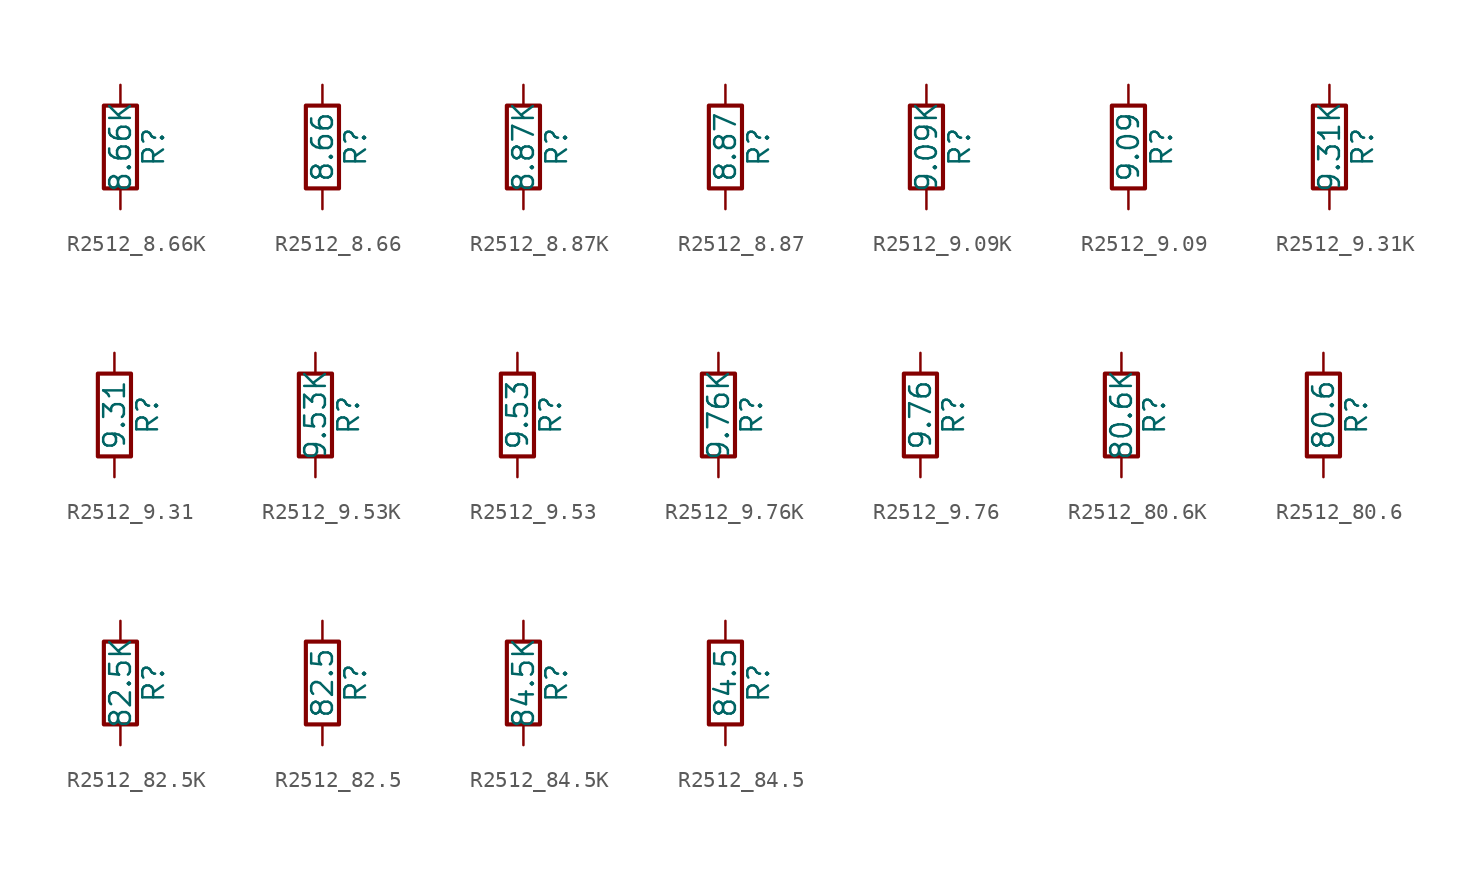
<source format=kicad_sym>
(kicad_symbol_lib
  (version 20211014)
  (generator atlantix-eda)
  (symbol "R2512_8.66K"
    (pin_numbers hide)
    (pin_names
      (offset 0))
    (property "Reference" "R"
      (at 2.032 0 90)
      (effects (font (size 1.27 1.27))))
    (property "Value" "8.66K"
      (at 0 0 90)
      (effects (font (size 1.27 1.27))))
    (symbol "R2512_8.66K_0_1"
      (rectangle (start -1.016 -2.54) (end 1.016 2.54) (stroke (width 0.254) (type default) (color 0 0 0 0)) (fill (type none))))
    (symbol "R2512_8.66K_1_1"
      (pin passive line (at 0 3.81 270) (length 1.27) (name "~" (effects (font (size 1.27 1.27)))) (number "1" (effects (font (size 1.27 1.27)))))
      (pin passive line (at 0 -3.81 90) (length 1.27) (name "~" (effects (font (size 1.27 1.27)))) (number "2" (effects (font (size 1.27 1.27)))))))
  (symbol "R2512_8.66"
    (pin_numbers hide)
    (pin_names
      (offset 0))
    (property "Reference" "R"
      (at 2.032 0 90)
      (effects (font (size 1.27 1.27))))
    (property "Value" "8.66"
      (at 0 0 90)
      (effects (font (size 1.27 1.27))))
    (symbol "R2512_8.66_0_1"
      (rectangle (start -1.016 -2.54) (end 1.016 2.54) (stroke (width 0.254) (type default) (color 0 0 0 0)) (fill (type none))))
    (symbol "R2512_8.66_1_1"
      (pin passive line (at 0 3.81 270) (length 1.27) (name "~" (effects (font (size 1.27 1.27)))) (number "1" (effects (font (size 1.27 1.27)))))
      (pin passive line (at 0 -3.81 90) (length 1.27) (name "~" (effects (font (size 1.27 1.27)))) (number "2" (effects (font (size 1.27 1.27)))))))
  (symbol "R2512_8.87K"
    (pin_numbers hide)
    (pin_names
      (offset 0))
    (property "Reference" "R"
      (at 2.032 0 90)
      (effects (font (size 1.27 1.27))))
    (property "Value" "8.87K"
      (at 0 0 90)
      (effects (font (size 1.27 1.27))))
    (symbol "R2512_8.87K_0_1"
      (rectangle (start -1.016 -2.54) (end 1.016 2.54) (stroke (width 0.254) (type default) (color 0 0 0 0)) (fill (type none))))
    (symbol "R2512_8.87K_1_1"
      (pin passive line (at 0 3.81 270) (length 1.27) (name "~" (effects (font (size 1.27 1.27)))) (number "1" (effects (font (size 1.27 1.27)))))
      (pin passive line (at 0 -3.81 90) (length 1.27) (name "~" (effects (font (size 1.27 1.27)))) (number "2" (effects (font (size 1.27 1.27)))))))
  (symbol "R2512_8.87"
    (pin_numbers hide)
    (pin_names
      (offset 0))
    (property "Reference" "R"
      (at 2.032 0 90)
      (effects (font (size 1.27 1.27))))
    (property "Value" "8.87"
      (at 0 0 90)
      (effects (font (size 1.27 1.27))))
    (symbol "R2512_8.87_0_1"
      (rectangle (start -1.016 -2.54) (end 1.016 2.54) (stroke (width 0.254) (type default) (color 0 0 0 0)) (fill (type none))))
    (symbol "R2512_8.87_1_1"
      (pin passive line (at 0 3.81 270) (length 1.27) (name "~" (effects (font (size 1.27 1.27)))) (number "1" (effects (font (size 1.27 1.27)))))
      (pin passive line (at 0 -3.81 90) (length 1.27) (name "~" (effects (font (size 1.27 1.27)))) (number "2" (effects (font (size 1.27 1.27)))))))
  (symbol "R2512_9.09K"
    (pin_numbers hide)
    (pin_names
      (offset 0))
    (property "Reference" "R"
      (at 2.032 0 90)
      (effects (font (size 1.27 1.27))))
    (property "Value" "9.09K"
      (at 0 0 90)
      (effects (font (size 1.27 1.27))))
    (symbol "R2512_9.09K_0_1"
      (rectangle (start -1.016 -2.54) (end 1.016 2.54) (stroke (width 0.254) (type default) (color 0 0 0 0)) (fill (type none))))
    (symbol "R2512_9.09K_1_1"
      (pin passive line (at 0 3.81 270) (length 1.27) (name "~" (effects (font (size 1.27 1.27)))) (number "1" (effects (font (size 1.27 1.27)))))
      (pin passive line (at 0 -3.81 90) (length 1.27) (name "~" (effects (font (size 1.27 1.27)))) (number "2" (effects (font (size 1.27 1.27)))))))
  (symbol "R2512_9.09"
    (pin_numbers hide)
    (pin_names
      (offset 0))
    (property "Reference" "R"
      (at 2.032 0 90)
      (effects (font (size 1.27 1.27))))
    (property "Value" "9.09"
      (at 0 0 90)
      (effects (font (size 1.27 1.27))))
    (symbol "R2512_9.09_0_1"
      (rectangle (start -1.016 -2.54) (end 1.016 2.54) (stroke (width 0.254) (type default) (color 0 0 0 0)) (fill (type none))))
    (symbol "R2512_9.09_1_1"
      (pin passive line (at 0 3.81 270) (length 1.27) (name "~" (effects (font (size 1.27 1.27)))) (number "1" (effects (font (size 1.27 1.27)))))
      (pin passive line (at 0 -3.81 90) (length 1.27) (name "~" (effects (font (size 1.27 1.27)))) (number "2" (effects (font (size 1.27 1.27)))))))
  (symbol "R2512_9.31K"
    (pin_numbers hide)
    (pin_names
      (offset 0))
    (property "Reference" "R"
      (at 2.032 0 90)
      (effects (font (size 1.27 1.27))))
    (property "Value" "9.31K"
      (at 0 0 90)
      (effects (font (size 1.27 1.27))))
    (symbol "R2512_9.31K_0_1"
      (rectangle (start -1.016 -2.54) (end 1.016 2.54) (stroke (width 0.254) (type default) (color 0 0 0 0)) (fill (type none))))
    (symbol "R2512_9.31K_1_1"
      (pin passive line (at 0 3.81 270) (length 1.27) (name "~" (effects (font (size 1.27 1.27)))) (number "1" (effects (font (size 1.27 1.27)))))
      (pin passive line (at 0 -3.81 90) (length 1.27) (name "~" (effects (font (size 1.27 1.27)))) (number "2" (effects (font (size 1.27 1.27)))))))
  (symbol "R2512_9.31"
    (pin_numbers hide)
    (pin_names
      (offset 0))
    (property "Reference" "R"
      (at 2.032 0 90)
      (effects (font (size 1.27 1.27))))
    (property "Value" "9.31"
      (at 0 0 90)
      (effects (font (size 1.27 1.27))))
    (symbol "R2512_9.31_0_1"
      (rectangle (start -1.016 -2.54) (end 1.016 2.54) (stroke (width 0.254) (type default) (color 0 0 0 0)) (fill (type none))))
    (symbol "R2512_9.31_1_1"
      (pin passive line (at 0 3.81 270) (length 1.27) (name "~" (effects (font (size 1.27 1.27)))) (number "1" (effects (font (size 1.27 1.27)))))
      (pin passive line (at 0 -3.81 90) (length 1.27) (name "~" (effects (font (size 1.27 1.27)))) (number "2" (effects (font (size 1.27 1.27)))))))
  (symbol "R2512_9.53K"
    (pin_numbers hide)
    (pin_names
      (offset 0))
    (property "Reference" "R"
      (at 2.032 0 90)
      (effects (font (size 1.27 1.27))))
    (property "Value" "9.53K"
      (at 0 0 90)
      (effects (font (size 1.27 1.27))))
    (symbol "R2512_9.53K_0_1"
      (rectangle (start -1.016 -2.54) (end 1.016 2.54) (stroke (width 0.254) (type default) (color 0 0 0 0)) (fill (type none))))
    (symbol "R2512_9.53K_1_1"
      (pin passive line (at 0 3.81 270) (length 1.27) (name "~" (effects (font (size 1.27 1.27)))) (number "1" (effects (font (size 1.27 1.27)))))
      (pin passive line (at 0 -3.81 90) (length 1.27) (name "~" (effects (font (size 1.27 1.27)))) (number "2" (effects (font (size 1.27 1.27)))))))
  (symbol "R2512_9.53"
    (pin_numbers hide)
    (pin_names
      (offset 0))
    (property "Reference" "R"
      (at 2.032 0 90)
      (effects (font (size 1.27 1.27))))
    (property "Value" "9.53"
      (at 0 0 90)
      (effects (font (size 1.27 1.27))))
    (symbol "R2512_9.53_0_1"
      (rectangle (start -1.016 -2.54) (end 1.016 2.54) (stroke (width 0.254) (type default) (color 0 0 0 0)) (fill (type none))))
    (symbol "R2512_9.53_1_1"
      (pin passive line (at 0 3.81 270) (length 1.27) (name "~" (effects (font (size 1.27 1.27)))) (number "1" (effects (font (size 1.27 1.27)))))
      (pin passive line (at 0 -3.81 90) (length 1.27) (name "~" (effects (font (size 1.27 1.27)))) (number "2" (effects (font (size 1.27 1.27)))))))
  (symbol "R2512_9.76K"
    (pin_numbers hide)
    (pin_names
      (offset 0))
    (property "Reference" "R"
      (at 2.032 0 90)
      (effects (font (size 1.27 1.27))))
    (property "Value" "9.76K"
      (at 0 0 90)
      (effects (font (size 1.27 1.27))))
    (symbol "R2512_9.76K_0_1"
      (rectangle (start -1.016 -2.54) (end 1.016 2.54) (stroke (width 0.254) (type default) (color 0 0 0 0)) (fill (type none))))
    (symbol "R2512_9.76K_1_1"
      (pin passive line (at 0 3.81 270) (length 1.27) (name "~" (effects (font (size 1.27 1.27)))) (number "1" (effects (font (size 1.27 1.27)))))
      (pin passive line (at 0 -3.81 90) (length 1.27) (name "~" (effects (font (size 1.27 1.27)))) (number "2" (effects (font (size 1.27 1.27)))))))
  (symbol "R2512_9.76"
    (pin_numbers hide)
    (pin_names
      (offset 0))
    (property "Reference" "R"
      (at 2.032 0 90)
      (effects (font (size 1.27 1.27))))
    (property "Value" "9.76"
      (at 0 0 90)
      (effects (font (size 1.27 1.27))))
    (symbol "R2512_9.76_0_1"
      (rectangle (start -1.016 -2.54) (end 1.016 2.54) (stroke (width 0.254) (type default) (color 0 0 0 0)) (fill (type none))))
    (symbol "R2512_9.76_1_1"
      (pin passive line (at 0 3.81 270) (length 1.27) (name "~" (effects (font (size 1.27 1.27)))) (number "1" (effects (font (size 1.27 1.27)))))
      (pin passive line (at 0 -3.81 90) (length 1.27) (name "~" (effects (font (size 1.27 1.27)))) (number "2" (effects (font (size 1.27 1.27)))))))
  (symbol "R2512_80.6K"
    (pin_numbers hide)
    (pin_names
      (offset 0))
    (property "Reference" "R"
      (at 2.032 0 90)
      (effects (font (size 1.27 1.27))))
    (property "Value" "80.6K"
      (at 0 0 90)
      (effects (font (size 1.27 1.27))))
    (symbol "R2512_80.6K_0_1"
      (rectangle (start -1.016 -2.54) (end 1.016 2.54) (stroke (width 0.254) (type default) (color 0 0 0 0)) (fill (type none))))
    (symbol "R2512_80.6K_1_1"
      (pin passive line (at 0 3.81 270) (length 1.27) (name "~" (effects (font (size 1.27 1.27)))) (number "1" (effects (font (size 1.27 1.27)))))
      (pin passive line (at 0 -3.81 90) (length 1.27) (name "~" (effects (font (size 1.27 1.27)))) (number "2" (effects (font (size 1.27 1.27)))))))
  (symbol "R2512_80.6"
    (pin_numbers hide)
    (pin_names
      (offset 0))
    (property "Reference" "R"
      (at 2.032 0 90)
      (effects (font (size 1.27 1.27))))
    (property "Value" "80.6"
      (at 0 0 90)
      (effects (font (size 1.27 1.27))))
    (symbol "R2512_80.6_0_1"
      (rectangle (start -1.016 -2.54) (end 1.016 2.54) (stroke (width 0.254) (type default) (color 0 0 0 0)) (fill (type none))))
    (symbol "R2512_80.6_1_1"
      (pin passive line (at 0 3.81 270) (length 1.27) (name "~" (effects (font (size 1.27 1.27)))) (number "1" (effects (font (size 1.27 1.27)))))
      (pin passive line (at 0 -3.81 90) (length 1.27) (name "~" (effects (font (size 1.27 1.27)))) (number "2" (effects (font (size 1.27 1.27)))))))
  (symbol "R2512_82.5K"
    (pin_numbers hide)
    (pin_names
      (offset 0))
    (property "Reference" "R"
      (at 2.032 0 90)
      (effects (font (size 1.27 1.27))))
    (property "Value" "82.5K"
      (at 0 0 90)
      (effects (font (size 1.27 1.27))))
    (symbol "R2512_82.5K_0_1"
      (rectangle (start -1.016 -2.54) (end 1.016 2.54) (stroke (width 0.254) (type default) (color 0 0 0 0)) (fill (type none))))
    (symbol "R2512_82.5K_1_1"
      (pin passive line (at 0 3.81 270) (length 1.27) (name "~" (effects (font (size 1.27 1.27)))) (number "1" (effects (font (size 1.27 1.27)))))
      (pin passive line (at 0 -3.81 90) (length 1.27) (name "~" (effects (font (size 1.27 1.27)))) (number "2" (effects (font (size 1.27 1.27)))))))
  (symbol "R2512_82.5"
    (pin_numbers hide)
    (pin_names
      (offset 0))
    (property "Reference" "R"
      (at 2.032 0 90)
      (effects (font (size 1.27 1.27))))
    (property "Value" "82.5"
      (at 0 0 90)
      (effects (font (size 1.27 1.27))))
    (symbol "R2512_82.5_0_1"
      (rectangle (start -1.016 -2.54) (end 1.016 2.54) (stroke (width 0.254) (type default) (color 0 0 0 0)) (fill (type none))))
    (symbol "R2512_82.5_1_1"
      (pin passive line (at 0 3.81 270) (length 1.27) (name "~" (effects (font (size 1.27 1.27)))) (number "1" (effects (font (size 1.27 1.27)))))
      (pin passive line (at 0 -3.81 90) (length 1.27) (name "~" (effects (font (size 1.27 1.27)))) (number "2" (effects (font (size 1.27 1.27)))))))
  (symbol "R2512_84.5K"
    (pin_numbers hide)
    (pin_names
      (offset 0))
    (property "Reference" "R"
      (at 2.032 0 90)
      (effects (font (size 1.27 1.27))))
    (property "Value" "84.5K"
      (at 0 0 90)
      (effects (font (size 1.27 1.27))))
    (symbol "R2512_84.5K_0_1"
      (rectangle (start -1.016 -2.54) (end 1.016 2.54) (stroke (width 0.254) (type default) (color 0 0 0 0)) (fill (type none))))
    (symbol "R2512_84.5K_1_1"
      (pin passive line (at 0 3.81 270) (length 1.27) (name "~" (effects (font (size 1.27 1.27)))) (number "1" (effects (font (size 1.27 1.27)))))
      (pin passive line (at 0 -3.81 90) (length 1.27) (name "~" (effects (font (size 1.27 1.27)))) (number "2" (effects (font (size 1.27 1.27)))))))
  (symbol "R2512_84.5"
    (pin_numbers hide)
    (pin_names
      (offset 0))
    (property "Reference" "R"
      (at 2.032 0 90)
      (effects (font (size 1.27 1.27))))
    (property "Value" "84.5"
      (at 0 0 90)
      (effects (font (size 1.27 1.27))))
    (symbol "R2512_84.5_0_1"
      (rectangle (start -1.016 -2.54) (end 1.016 2.54) (stroke (width 0.254) (type default) (color 0 0 0 0)) (fill (type none))))
    (symbol "R2512_84.5_1_1"
      (pin passive line (at 0 3.81 270) (length 1.27) (name "~" (effects (font (size 1.27 1.27)))) (number "1" (effects (font (size 1.27 1.27)))))
      (pin passive line (at 0 -3.81 90) (length 1.27) (name "~" (effects (font (size 1.27 1.27)))) (number "2" (effects (font (size 1.27 1.27))))))))
</source>
